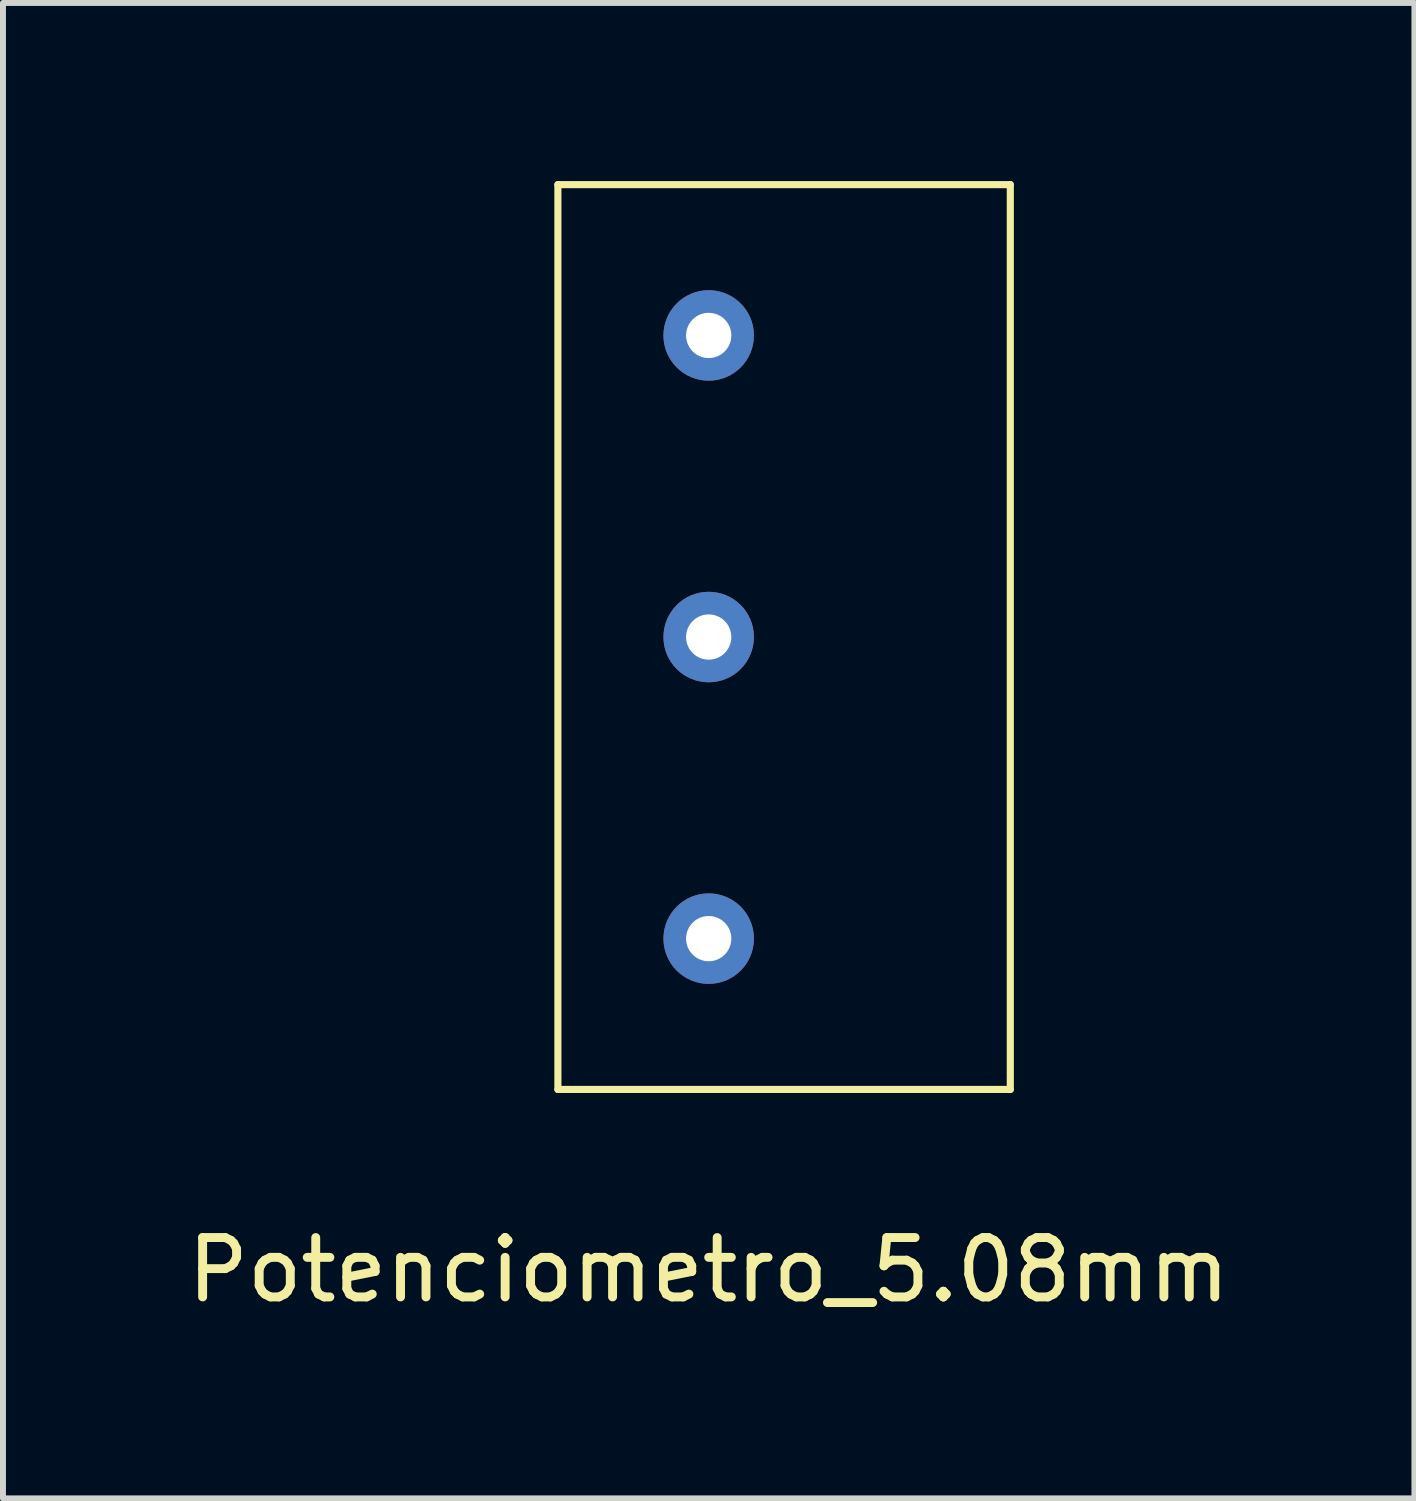
<source format=kicad_pcb>
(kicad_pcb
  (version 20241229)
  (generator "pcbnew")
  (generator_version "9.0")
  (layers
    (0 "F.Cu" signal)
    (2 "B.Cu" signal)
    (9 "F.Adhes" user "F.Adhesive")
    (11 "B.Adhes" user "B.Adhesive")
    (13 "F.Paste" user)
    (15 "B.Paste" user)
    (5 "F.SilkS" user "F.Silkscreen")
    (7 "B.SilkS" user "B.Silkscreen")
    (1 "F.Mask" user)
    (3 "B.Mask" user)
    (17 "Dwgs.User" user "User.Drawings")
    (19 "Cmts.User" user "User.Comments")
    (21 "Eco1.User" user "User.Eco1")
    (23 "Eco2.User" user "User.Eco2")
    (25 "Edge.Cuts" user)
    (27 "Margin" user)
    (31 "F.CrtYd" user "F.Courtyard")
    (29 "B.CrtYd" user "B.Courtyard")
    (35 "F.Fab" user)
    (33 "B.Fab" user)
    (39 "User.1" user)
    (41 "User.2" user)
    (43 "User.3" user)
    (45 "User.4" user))
  (footprint "Potenciometro_5.08mm"
    (layer "F.Cu")
    (at 8.887 17.84)
    (property "Reference" "Potenciometro_5.08mm" (at 0 0.5 0) (layer "F.SilkS") (effects (font (size 1 1) (thickness 0.15))))
    (attr through_hole)
    (fp_line (start -2.54 -17.78) (end 5.08 -17.78) (stroke (width 0.12) (type solid)) (layer "F.SilkS"))
    (fp_line (start -2.54 -2.54) (end -2.54 -17.78) (stroke (width 0.12) (type solid)) (layer "F.SilkS"))
    (fp_line (start 5.08 -17.78) (end 5.08 -2.54) (stroke (width 0.12) (type solid)) (layer "F.SilkS"))
    (fp_line (start 5.08 -2.54) (end -2.54 -2.54) (stroke (width 0.12) (type solid)) (layer "F.SilkS"))
    (pad "1" thru_hole circle (at 0 -15.24) (size 1.524 1.524) (drill 0.762) (layers "*.Cu" "*.Mask"))
    (pad "2" thru_hole circle (at 0 -10.16) (size 1.524 1.524) (drill 0.762) (layers "*.Cu" "*.Mask"))
    (pad "3" thru_hole circle (at 0 -5.08) (size 1.524 1.524) (drill 0.762) (layers "*.Cu" "*.Mask")))
  (gr_rect
    (start -3 -3)
    (end 20.774 22.188)
    (stroke (width 0.1) (type default))
    (fill no)
    (layer "Edge.Cuts")))
</source>
